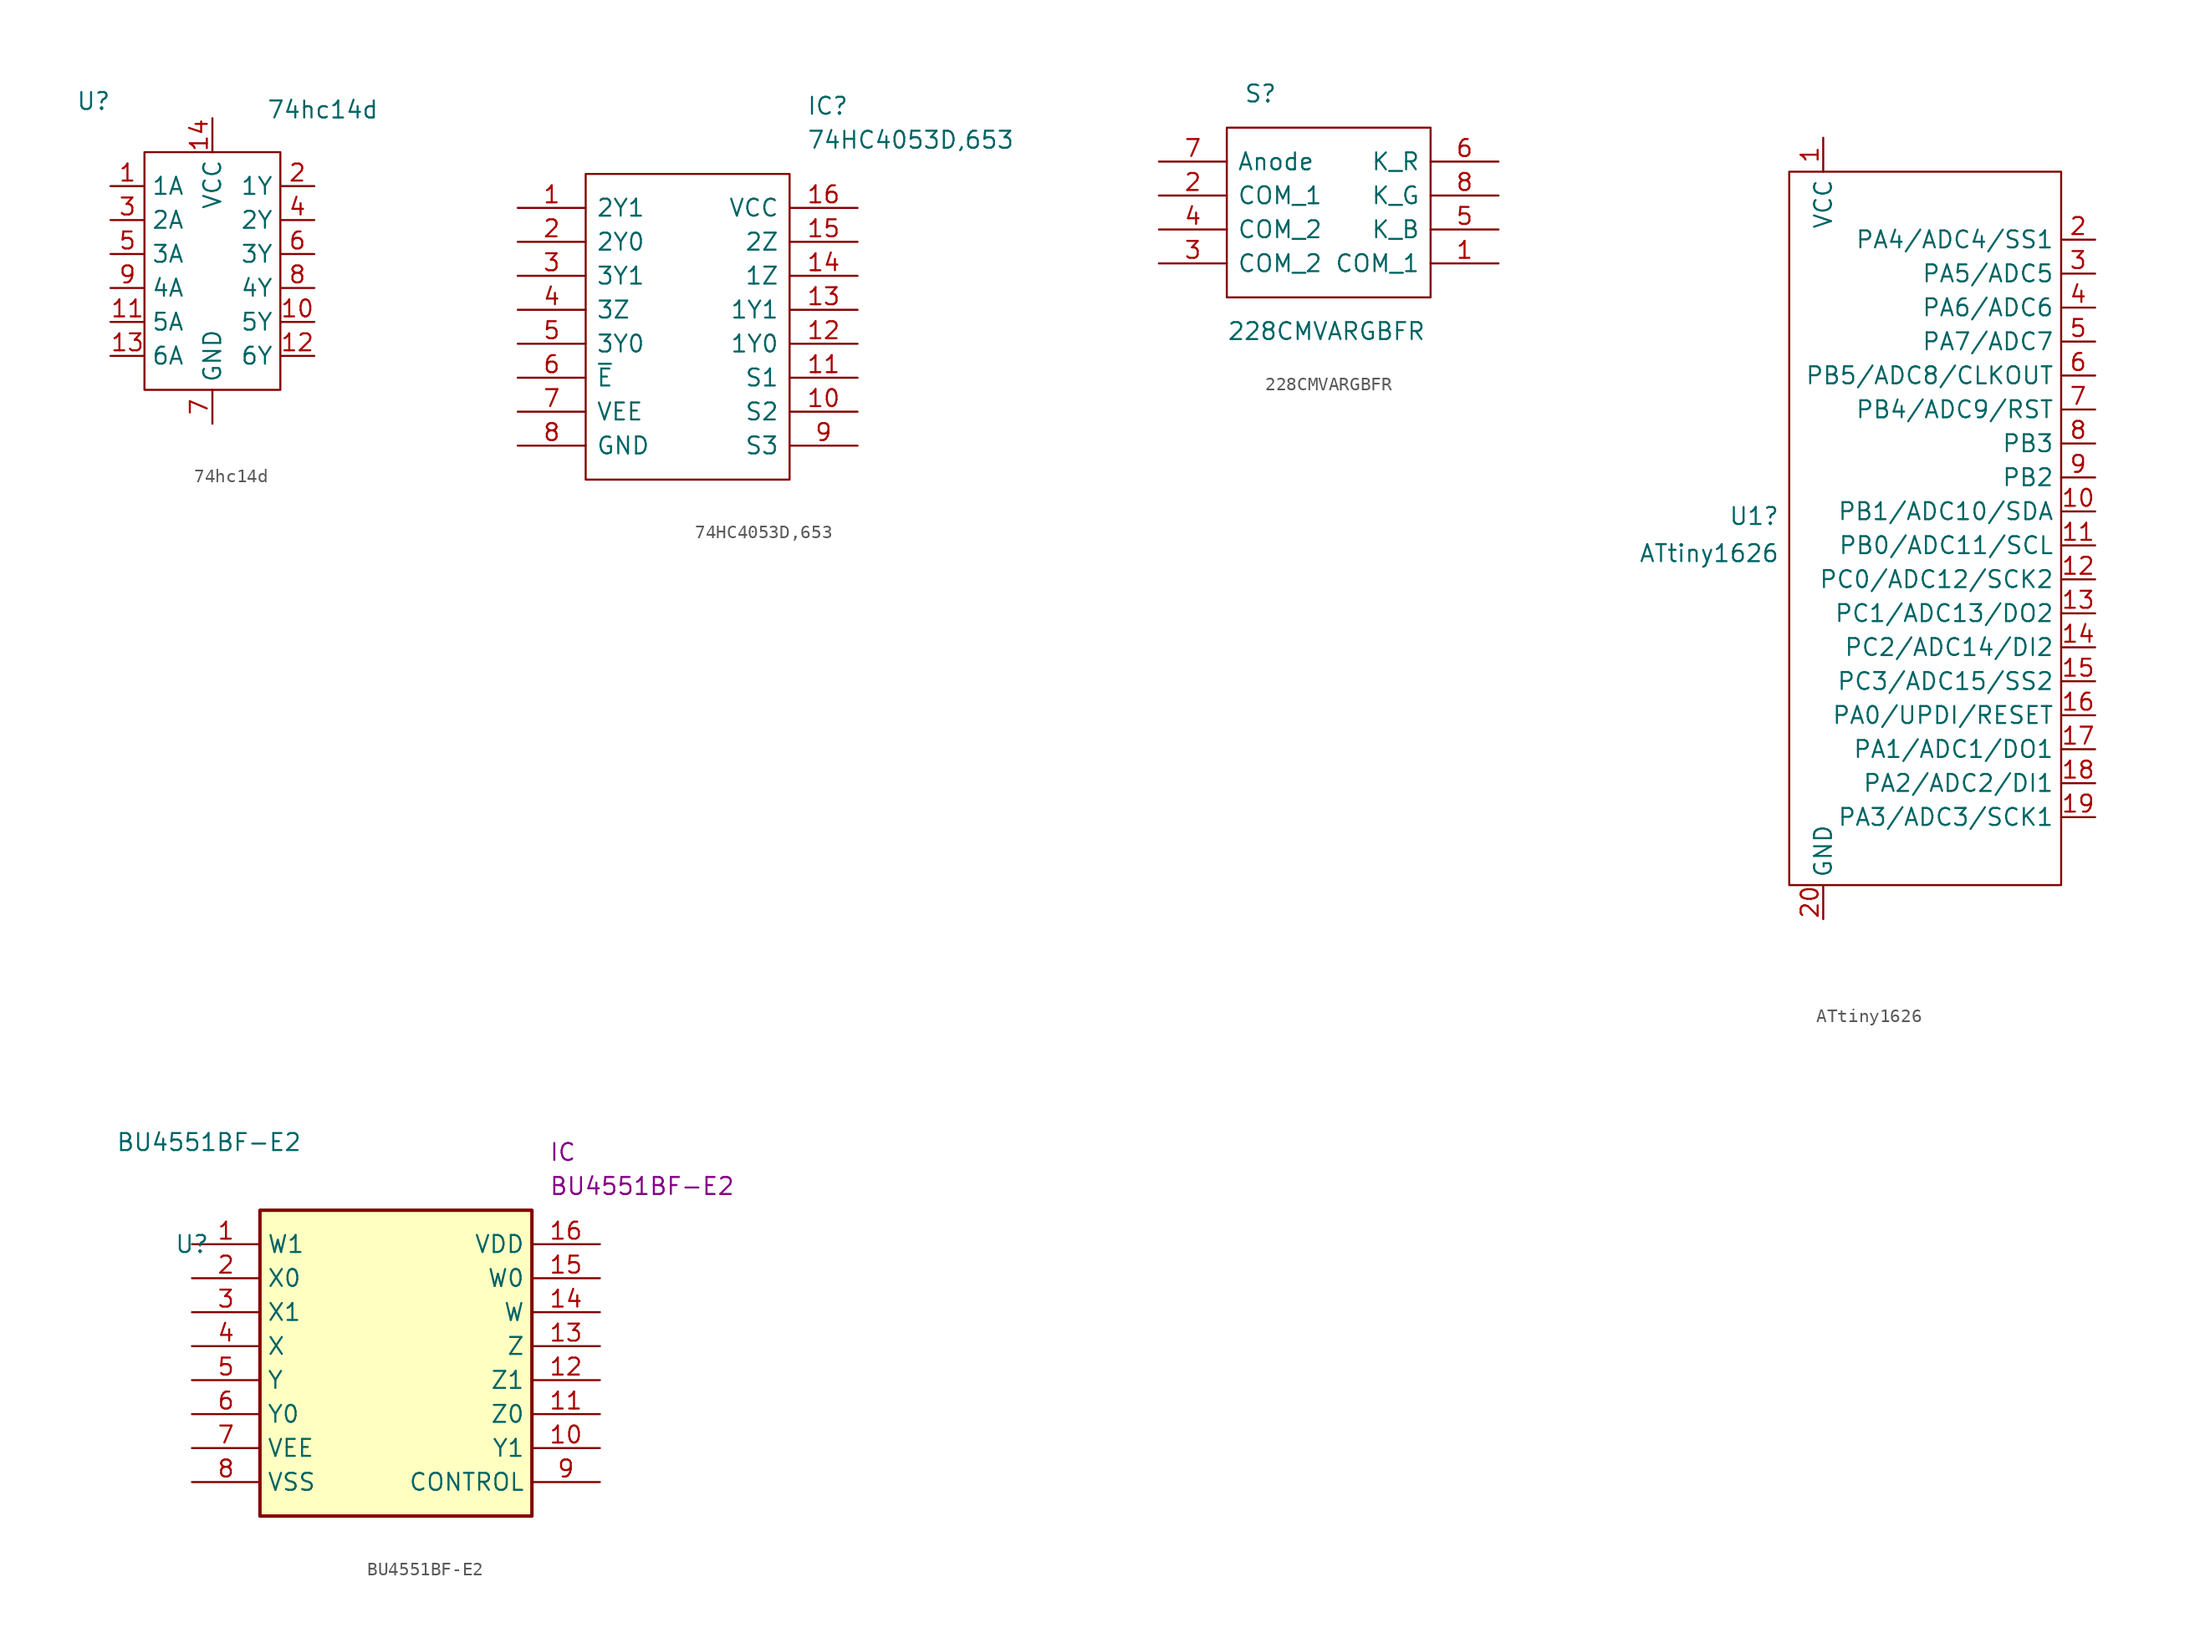
<source format=kicad_sym>
(kicad_symbol_lib
  (version 20220914)
  (generator kicad_symbol_editor)
  (symbol "74hc14d"
    (property "Reference" "U"
      (at -15.24 24.13 0)
      (effects (font (size 1.27 1.27))))
    (property "Value" "74hc14d"
      (at 1.905 23.495 0)
      (effects (font (size 1.27 1.27))))
    (symbol "74hc14d_0_0"
      (pin bidirectional line (at -13.97 17.78 0) (length 2.54) (name "1A" (effects (font (size 1.27 1.27)))) (number "1" (effects (font (size 1.27 1.27)))))
      (pin bidirectional line (at 1.27 7.62 180) (length 2.54) (name "5Y" (effects (font (size 1.27 1.27)))) (number "10" (effects (font (size 1.27 1.27)))))
      (pin bidirectional line (at -13.97 7.62 0) (length 2.54) (name "5A" (effects (font (size 1.27 1.27)))) (number "11" (effects (font (size 1.27 1.27)))))
      (pin bidirectional line (at 1.27 5.08 180) (length 2.54) (name "6Y" (effects (font (size 1.27 1.27)))) (number "12" (effects (font (size 1.27 1.27)))))
      (pin bidirectional line (at -13.97 5.08 0) (length 2.54) (name "6A" (effects (font (size 1.27 1.27)))) (number "13" (effects (font (size 1.27 1.27)))))
      (pin power_in line (at -6.35 22.86 270) (length 2.54) (name "VCC" (effects (font (size 1.27 1.27)))) (number "14" (effects (font (size 1.27 1.27)))))
      (pin bidirectional line (at 1.27 17.78 180) (length 2.54) (name "1Y" (effects (font (size 1.27 1.27)))) (number "2" (effects (font (size 1.27 1.27)))))
      (pin bidirectional line (at -13.97 15.24 0) (length 2.54) (name "2A" (effects (font (size 1.27 1.27)))) (number "3" (effects (font (size 1.27 1.27)))))
      (pin bidirectional line (at 1.27 15.24 180) (length 2.54) (name "2Y" (effects (font (size 1.27 1.27)))) (number "4" (effects (font (size 1.27 1.27)))))
      (pin bidirectional line (at -13.97 12.7 0) (length 2.54) (name "3A" (effects (font (size 1.27 1.27)))) (number "5" (effects (font (size 1.27 1.27)))))
      (pin bidirectional line (at 1.27 12.7 180) (length 2.54) (name "3Y" (effects (font (size 1.27 1.27)))) (number "6" (effects (font (size 1.27 1.27)))))
      (pin power_in line (at -6.35 0 90) (length 2.54) (name "GND" (effects (font (size 1.27 1.27)))) (number "7" (effects (font (size 1.27 1.27)))))
      (pin bidirectional line (at 1.27 10.16 180) (length 2.54) (name "4Y" (effects (font (size 1.27 1.27)))) (number "8" (effects (font (size 1.27 1.27)))))
      (pin bidirectional line (at -13.97 10.16 0) (length 2.54) (name "4A" (effects (font (size 1.27 1.27)))) (number "9" (effects (font (size 1.27 1.27))))))
    (symbol "74hc14d_0_1"
      (rectangle (start -11.43 20.32) (end -1.27 2.54) (stroke (width 0) (type default)) (fill (type none)))))
  (symbol "74HC4053D,653"
    (pin_names
      (offset 0.762))
    (property "Reference" "IC"
      (at 21.59 7.62 0)
      (effects (font (size 1.27 1.27)) (justify left)))
    (property "Value" "74HC4053D,653"
      (at 21.59 5.08 0)
      (effects (font (size 1.27 1.27)) (justify left)))
    (symbol "74HC4053D,653_0_0"
      (pin passive line (at 0 0 0) (length 5.08) (name "2Y1" (effects (font (size 1.27 1.27)))) (number "1" (effects (font (size 1.27 1.27)))))
      (pin passive line (at 25.4 -15.24 180) (length 5.08) (name "S2" (effects (font (size 1.27 1.27)))) (number "10" (effects (font (size 1.27 1.27)))))
      (pin passive line (at 25.4 -12.7 180) (length 5.08) (name "S1" (effects (font (size 1.27 1.27)))) (number "11" (effects (font (size 1.27 1.27)))))
      (pin passive line (at 25.4 -10.16 180) (length 5.08) (name "1Y0" (effects (font (size 1.27 1.27)))) (number "12" (effects (font (size 1.27 1.27)))))
      (pin passive line (at 25.4 -7.62 180) (length 5.08) (name "1Y1" (effects (font (size 1.27 1.27)))) (number "13" (effects (font (size 1.27 1.27)))))
      (pin passive line (at 25.4 -5.08 180) (length 5.08) (name "1Z" (effects (font (size 1.27 1.27)))) (number "14" (effects (font (size 1.27 1.27)))))
      (pin passive line (at 25.4 -2.54 180) (length 5.08) (name "2Z" (effects (font (size 1.27 1.27)))) (number "15" (effects (font (size 1.27 1.27)))))
      (pin passive line (at 25.4 0 180) (length 5.08) (name "VCC" (effects (font (size 1.27 1.27)))) (number "16" (effects (font (size 1.27 1.27)))))
      (pin passive line (at 0 -2.54 0) (length 5.08) (name "2Y0" (effects (font (size 1.27 1.27)))) (number "2" (effects (font (size 1.27 1.27)))))
      (pin passive line (at 0 -5.08 0) (length 5.08) (name "3Y1" (effects (font (size 1.27 1.27)))) (number "3" (effects (font (size 1.27 1.27)))))
      (pin passive line (at 0 -7.62 0) (length 5.08) (name "3Z" (effects (font (size 1.27 1.27)))) (number "4" (effects (font (size 1.27 1.27)))))
      (pin passive line (at 0 -10.16 0) (length 5.08) (name "3Y0" (effects (font (size 1.27 1.27)))) (number "5" (effects (font (size 1.27 1.27)))))
      (pin passive line (at 0 -12.7 0) (length 5.08) (name "~{E}" (effects (font (size 1.27 1.27)))) (number "6" (effects (font (size 1.27 1.27)))))
      (pin passive line (at 0 -15.24 0) (length 5.08) (name "VEE" (effects (font (size 1.27 1.27)))) (number "7" (effects (font (size 1.27 1.27)))))
      (pin passive line (at 0 -17.78 0) (length 5.08) (name "GND" (effects (font (size 1.27 1.27)))) (number "8" (effects (font (size 1.27 1.27)))))
      (pin passive line (at 25.4 -17.78 180) (length 5.08) (name "S3" (effects (font (size 1.27 1.27)))) (number "9" (effects (font (size 1.27 1.27))))))
    (symbol "74HC4053D,653_0_1"
      (polyline (pts (xy 5.08 2.54) (xy 20.32 2.54) (xy 20.32 -20.32) (xy 5.08 -20.32) (xy 5.08 2.54)) (stroke (width 0.152) (type solid)) (fill (type none)))))
  (symbol "228CMVARGBFR"
    (pin_names
      (offset 0.762))
    (property "Reference" "S"
      (at -6.35 12.7 0)
      (effects (font (size 1.27 1.27)) (justify left)))
    (property "Value" "228CMVARGBFR"
      (at -7.62 -5.08 0)
      (effects (font (size 1.27 1.27)) (justify left)))
    (symbol "228CMVARGBFR_0_0"
      (pin passive line (at 12.7 0 180) (length 5.08) (name "COM_1" (effects (font (size 1.27 1.27)))) (number "1" (effects (font (size 1.27 1.27)))))
      (pin passive line (at -12.7 5.08 0) (length 5.08) (name "COM_1" (effects (font (size 1.27 1.27)))) (number "2" (effects (font (size 1.27 1.27)))))
      (pin passive line (at -12.7 0 0) (length 5.08) (name "COM_2" (effects (font (size 1.27 1.27)))) (number "3" (effects (font (size 1.27 1.27)))))
      (pin passive line (at -12.7 2.54 0) (length 5.08) (name "COM_2" (effects (font (size 1.27 1.27)))) (number "4" (effects (font (size 1.27 1.27)))))
      (pin passive line (at 12.7 2.54 180) (length 5.08) (name "K_B" (effects (font (size 1.27 1.27)))) (number "5" (effects (font (size 1.27 1.27)))))
      (pin passive line (at 12.7 7.62 180) (length 5.08) (name "K_R" (effects (font (size 1.27 1.27)))) (number "6" (effects (font (size 1.27 1.27)))))
      (pin power_in line (at -12.7 7.62 0) (length 5.08) (name "Anode" (effects (font (size 1.27 1.27)))) (number "7" (effects (font (size 1.27 1.27)))))
      (pin passive line (at 12.7 5.08 180) (length 5.08) (name "K_G" (effects (font (size 1.27 1.27)))) (number "8" (effects (font (size 1.27 1.27))))))
    (symbol "228CMVARGBFR_0_1"
      (rectangle (start -7.62 10.16) (end 7.62 -2.54) (stroke (width 0) (type default)) (fill (type none)))))
  (symbol "ATtiny1626"
    (property "Reference" "U1"
      (at -12.141 2.179 0)
      (effects (font (size 1.27 1.27)) (justify right)))
    (property "Value" "ATtiny1626"
      (at -12.141 -0.597 0)
      (effects (font (size 1.27 1.27)) (justify right)))
    (symbol "ATtiny1626_0_0"
      (pin power_in line (at -8.89 30.48 270) (length 2.54) (name "VCC" (effects (font (size 1.27 1.27)))) (number "1" (effects (font (size 1.27 1.27)))))
      (pin bidirectional line (at 11.43 2.54 180) (length 2.54) (name "PB1/ADC10/SDA" (effects (font (size 1.27 1.27)))) (number "10" (effects (font (size 1.27 1.27)))))
      (pin bidirectional line (at 11.43 0 180) (length 2.54) (name "PB0/ADC11/SCL" (effects (font (size 1.27 1.27)))) (number "11" (effects (font (size 1.27 1.27)))))
      (pin bidirectional line (at 11.43 -2.54 180) (length 2.54) (name "PC0/ADC12/SCK2" (effects (font (size 1.27 1.27)))) (number "12" (effects (font (size 1.27 1.27)))))
      (pin bidirectional line (at 11.43 -5.08 180) (length 2.54) (name "PC1/ADC13/DO2" (effects (font (size 1.27 1.27)))) (number "13" (effects (font (size 1.27 1.27)))))
      (pin bidirectional line (at 11.43 -7.62 180) (length 2.54) (name "PC2/ADC14/DI2" (effects (font (size 1.27 1.27)))) (number "14" (effects (font (size 1.27 1.27)))))
      (pin bidirectional line (at 11.43 -10.16 180) (length 2.54) (name "PC3/ADC15/SS2" (effects (font (size 1.27 1.27)))) (number "15" (effects (font (size 1.27 1.27)))))
      (pin bidirectional line (at 11.43 -12.7 180) (length 2.54) (name "PA0/UPDI/RESET" (effects (font (size 1.27 1.27)))) (number "16" (effects (font (size 1.27 1.27)))))
      (pin bidirectional line (at 11.43 -15.24 180) (length 2.54) (name "PA1/ADC1/DO1" (effects (font (size 1.27 1.27)))) (number "17" (effects (font (size 1.27 1.27)))))
      (pin bidirectional line (at 11.43 -17.78 180) (length 2.54) (name "PA2/ADC2/DI1" (effects (font (size 1.27 1.27)))) (number "18" (effects (font (size 1.27 1.27)))))
      (pin bidirectional line (at 11.43 -20.32 180) (length 2.54) (name "PA3/ADC3/SCK1" (effects (font (size 1.27 1.27)))) (number "19" (effects (font (size 1.27 1.27)))))
      (pin bidirectional line (at 11.43 22.86 180) (length 2.54) (name "PA4/ADC4/SS1" (effects (font (size 1.27 1.27)))) (number "2" (effects (font (size 1.27 1.27)))))
      (pin power_in line (at -8.89 -27.94 90) (length 2.54) (name "GND" (effects (font (size 1.27 1.27)))) (number "20" (effects (font (size 1.27 1.27)))))
      (pin bidirectional line (at 11.43 20.32 180) (length 2.54) (name "PA5/ADC5" (effects (font (size 1.27 1.27)))) (number "3" (effects (font (size 1.27 1.27)))))
      (pin bidirectional line (at 11.43 17.78 180) (length 2.54) (name "PA6/ADC6" (effects (font (size 1.27 1.27)))) (number "4" (effects (font (size 1.27 1.27)))))
      (pin bidirectional line (at 11.43 15.24 180) (length 2.54) (name "PA7/ADC7" (effects (font (size 1.27 1.27)))) (number "5" (effects (font (size 1.27 1.27)))))
      (pin bidirectional line (at 11.43 12.7 180) (length 2.54) (name "PB5/ADC8/CLKOUT" (effects (font (size 1.27 1.27)))) (number "6" (effects (font (size 1.27 1.27)))))
      (pin bidirectional line (at 11.43 10.16 180) (length 2.54) (name "PB4/ADC9/RST" (effects (font (size 1.27 1.27)))) (number "7" (effects (font (size 1.27 1.27)))))
      (pin bidirectional line (at 11.43 7.62 180) (length 2.54) (name "PB3" (effects (font (size 1.27 1.27)))) (number "8" (effects (font (size 1.27 1.27)))))
      (pin bidirectional line (at 11.43 5.08 180) (length 2.54) (name "PB2" (effects (font (size 1.27 1.27)))) (number "9" (effects (font (size 1.27 1.27))))))
    (symbol "ATtiny1626_0_1"
      (rectangle (start -11.43 27.94) (end 8.89 -25.4) (stroke (width 0.152) (type default)) (fill (type none)))))
  (symbol "BU4551BF-E2"
    (property "Reference" "U"
      (at 0 0 0)
      (effects (font (size 1.27 1.27))))
    (property "Value" "BU4551BF-E2"
      (at 1.27 7.62 0)
      (effects (font (size 1.27 1.27))))
    (property "Reference_1" "IC"
      (at 26.67 7.62 0)
      (effects (font (size 1.27 1.27)) (justify left top)))
    (property "Value_1" "BU4551BF-E2"
      (at 26.67 5.08 0)
      (effects (font (size 1.27 1.27)) (justify left top)))
    (symbol "BU4551BF-E2_1_1"
      (rectangle (start 5.08 2.54) (end 25.4 -20.32) (stroke (width 0.254) (type default)) (fill (type background)))
      (pin passive line (at 0 0 0) (length 5.08) (name "W1" (effects (font (size 1.27 1.27)))) (number "1" (effects (font (size 1.27 1.27)))))
      (pin passive line (at 30.48 -15.24 180) (length 5.08) (name "Y1" (effects (font (size 1.27 1.27)))) (number "10" (effects (font (size 1.27 1.27)))))
      (pin passive line (at 30.48 -12.7 180) (length 5.08) (name "Z0" (effects (font (size 1.27 1.27)))) (number "11" (effects (font (size 1.27 1.27)))))
      (pin passive line (at 30.48 -10.16 180) (length 5.08) (name "Z1" (effects (font (size 1.27 1.27)))) (number "12" (effects (font (size 1.27 1.27)))))
      (pin passive line (at 30.48 -7.62 180) (length 5.08) (name "Z" (effects (font (size 1.27 1.27)))) (number "13" (effects (font (size 1.27 1.27)))))
      (pin passive line (at 30.48 -5.08 180) (length 5.08) (name "W" (effects (font (size 1.27 1.27)))) (number "14" (effects (font (size 1.27 1.27)))))
      (pin passive line (at 30.48 -2.54 180) (length 5.08) (name "W0" (effects (font (size 1.27 1.27)))) (number "15" (effects (font (size 1.27 1.27)))))
      (pin passive line (at 30.48 0 180) (length 5.08) (name "VDD" (effects (font (size 1.27 1.27)))) (number "16" (effects (font (size 1.27 1.27)))))
      (pin passive line (at 0 -2.54 0) (length 5.08) (name "X0" (effects (font (size 1.27 1.27)))) (number "2" (effects (font (size 1.27 1.27)))))
      (pin passive line (at 0 -5.08 0) (length 5.08) (name "X1" (effects (font (size 1.27 1.27)))) (number "3" (effects (font (size 1.27 1.27)))))
      (pin passive line (at 0 -7.62 0) (length 5.08) (name "X" (effects (font (size 1.27 1.27)))) (number "4" (effects (font (size 1.27 1.27)))))
      (pin passive line (at 0 -10.16 0) (length 5.08) (name "Y" (effects (font (size 1.27 1.27)))) (number "5" (effects (font (size 1.27 1.27)))))
      (pin passive line (at 0 -12.7 0) (length 5.08) (name "Y0" (effects (font (size 1.27 1.27)))) (number "6" (effects (font (size 1.27 1.27)))))
      (pin passive line (at 0 -15.24 0) (length 5.08) (name "VEE" (effects (font (size 1.27 1.27)))) (number "7" (effects (font (size 1.27 1.27)))))
      (pin passive line (at 0 -17.78 0) (length 5.08) (name "VSS" (effects (font (size 1.27 1.27)))) (number "8" (effects (font (size 1.27 1.27)))))
      (pin passive line (at 30.48 -17.78 180) (length 5.08) (name "CONTROL" (effects (font (size 1.27 1.27)))) (number "9" (effects (font (size 1.27 1.27))))))))
</source>
